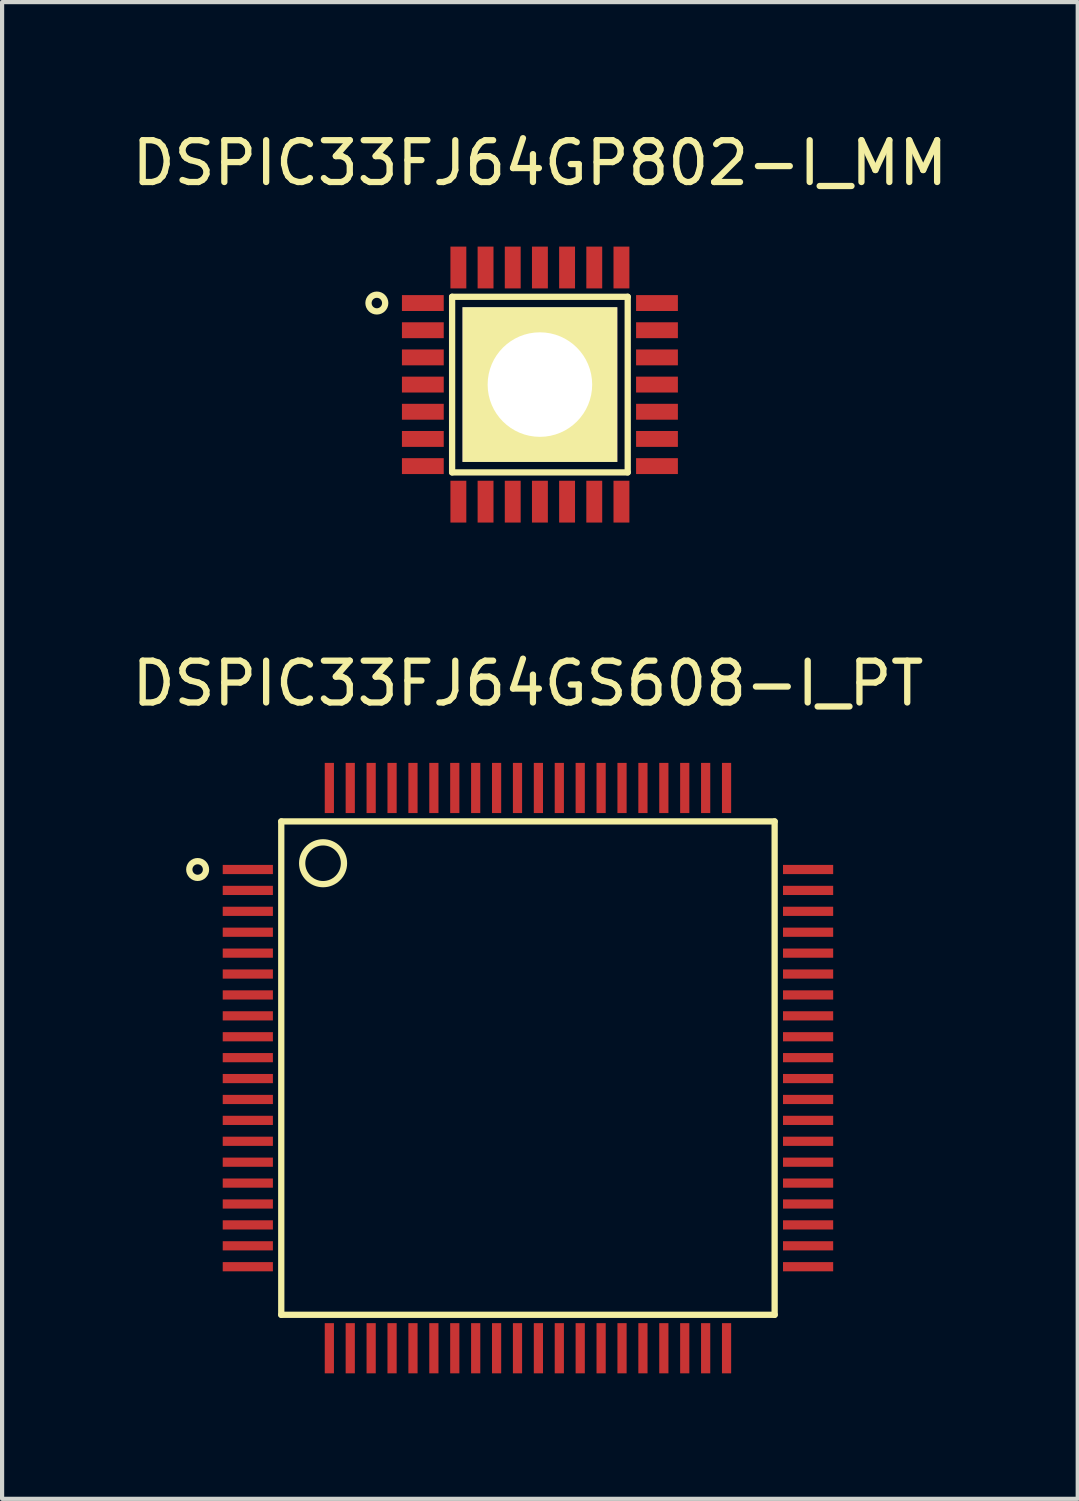
<source format=kicad_pcb>
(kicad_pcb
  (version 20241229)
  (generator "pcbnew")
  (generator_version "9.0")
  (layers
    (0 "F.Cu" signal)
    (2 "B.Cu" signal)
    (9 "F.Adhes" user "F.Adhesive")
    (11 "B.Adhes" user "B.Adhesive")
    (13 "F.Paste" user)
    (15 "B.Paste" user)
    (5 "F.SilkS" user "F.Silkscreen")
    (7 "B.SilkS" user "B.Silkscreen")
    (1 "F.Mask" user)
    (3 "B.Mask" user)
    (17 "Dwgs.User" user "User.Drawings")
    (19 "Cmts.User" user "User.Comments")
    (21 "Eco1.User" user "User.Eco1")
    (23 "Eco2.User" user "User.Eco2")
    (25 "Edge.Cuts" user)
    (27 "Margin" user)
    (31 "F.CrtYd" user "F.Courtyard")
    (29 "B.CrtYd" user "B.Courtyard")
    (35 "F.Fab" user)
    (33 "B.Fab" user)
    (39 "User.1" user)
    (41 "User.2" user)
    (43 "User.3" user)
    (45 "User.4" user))
  (footprint "DSPIC33FJ64GS608-I_PT"
    (layer "F.Cu")
    (at 2.877 15.796)
    (property "Reference" "DSPIC33FJ64GS608-I_PT" (at 6.7 -2.5 0) (layer "F.SilkS") (effects (font (size 1 1) (thickness 0.15))))
    (attr through_hole)
    (fp_line (start 0.8 0.8) (end 0.8 12.6) (stroke (width 0.15) (type solid)) (layer "F.SilkS"))
    (fp_line (start 0.8 0.8) (end 12.6 0.8) (stroke (width 0.15) (type solid)) (layer "F.SilkS"))
    (fp_line (start 0.8 12.6) (end 12.6 12.6) (stroke (width 0.15) (type solid)) (layer "F.SilkS"))
    (fp_line (start 12.6 12.6) (end 12.6 0.8) (stroke (width 0.15) (type solid)) (layer "F.SilkS"))
    (fp_circle (center -1.2 1.95) (end -1.2 1.75) (stroke (width 0.15) (type solid)) (fill no) (layer "F.SilkS"))
    (fp_circle (center 1.8 1.8) (end 1.8 1.3) (stroke (width 0.15) (type solid)) (fill no) (layer "F.SilkS"))
    (pad "1" smd rect (at 0 1.95) (size 1.2 0.22) (layers "F.Cu" "F.Mask" "F.Paste"))
    (pad "2" smd rect (at 0 2.45) (size 1.2 0.22) (layers "F.Cu" "F.Mask" "F.Paste"))
    (pad "3" smd rect (at 0 2.95) (size 1.2 0.22) (layers "F.Cu" "F.Mask" "F.Paste"))
    (pad "4" smd rect (at 0 3.45) (size 1.2 0.22) (layers "F.Cu" "F.Mask" "F.Paste"))
    (pad "5" smd rect (at 0 3.95) (size 1.2 0.22) (layers "F.Cu" "F.Mask" "F.Paste"))
    (pad "6" smd rect (at 0 4.45) (size 1.2 0.22) (layers "F.Cu" "F.Mask" "F.Paste"))
    (pad "7" smd rect (at 0 4.95) (size 1.2 0.22) (layers "F.Cu" "F.Mask" "F.Paste"))
    (pad "8" smd rect (at 0 5.45) (size 1.2 0.22) (layers "F.Cu" "F.Mask" "F.Paste"))
    (pad "9" smd rect (at 0 5.95) (size 1.2 0.22) (layers "F.Cu" "F.Mask" "F.Paste"))
    (pad "10" smd rect (at 0 6.45) (size 1.2 0.22) (layers "F.Cu" "F.Mask" "F.Paste"))
    (pad "11" smd rect (at 0 6.95) (size 1.2 0.22) (layers "F.Cu" "F.Mask" "F.Paste"))
    (pad "12" smd rect (at 0 7.45) (size 1.2 0.22) (layers "F.Cu" "F.Mask" "F.Paste"))
    (pad "13" smd rect (at 0 7.95) (size 1.2 0.22) (layers "F.Cu" "F.Mask" "F.Paste"))
    (pad "14" smd rect (at 0 8.45) (size 1.2 0.22) (layers "F.Cu" "F.Mask" "F.Paste"))
    (pad "15" smd rect (at 0 8.95) (size 1.2 0.22) (layers "F.Cu" "F.Mask" "F.Paste"))
    (pad "16" smd rect (at 0 9.45) (size 1.2 0.22) (layers "F.Cu" "F.Mask" "F.Paste"))
    (pad "17" smd rect (at 0 9.95) (size 1.2 0.22) (layers "F.Cu" "F.Mask" "F.Paste"))
    (pad "18" smd rect (at 0 10.45) (size 1.2 0.22) (layers "F.Cu" "F.Mask" "F.Paste"))
    (pad "19" smd rect (at 0 10.95) (size 1.2 0.22) (layers "F.Cu" "F.Mask" "F.Paste"))
    (pad "20" smd rect (at 0 11.45) (size 1.2 0.22) (layers "F.Cu" "F.Mask" "F.Paste"))
    (pad "21" smd rect (at 1.95 13.4) (size 0.22 1.2) (layers "F.Cu" "F.Mask" "F.Paste"))
    (pad "22" smd rect (at 2.45 13.4) (size 0.22 1.2) (layers "F.Cu" "F.Mask" "F.Paste"))
    (pad "23" smd rect (at 2.95 13.4) (size 0.22 1.2) (layers "F.Cu" "F.Mask" "F.Paste"))
    (pad "24" smd rect (at 3.45 13.4) (size 0.22 1.2) (layers "F.Cu" "F.Mask" "F.Paste"))
    (pad "25" smd rect (at 3.95 13.4) (size 0.22 1.2) (layers "F.Cu" "F.Mask" "F.Paste"))
    (pad "26" smd rect (at 4.45 13.4) (size 0.22 1.2) (layers "F.Cu" "F.Mask" "F.Paste"))
    (pad "27" smd rect (at 4.95 13.4) (size 0.22 1.2) (layers "F.Cu" "F.Mask" "F.Paste"))
    (pad "28" smd rect (at 5.45 13.4) (size 0.22 1.2) (layers "F.Cu" "F.Mask" "F.Paste"))
    (pad "29" smd rect (at 5.95 13.4) (size 0.22 1.2) (layers "F.Cu" "F.Mask" "F.Paste"))
    (pad "30" smd rect (at 6.45 13.4) (size 0.22 1.2) (layers "F.Cu" "F.Mask" "F.Paste"))
    (pad "31" smd rect (at 6.95 13.4) (size 0.22 1.2) (layers "F.Cu" "F.Mask" "F.Paste"))
    (pad "32" smd rect (at 7.45 13.4) (size 0.22 1.2) (layers "F.Cu" "F.Mask" "F.Paste"))
    (pad "33" smd rect (at 7.95 13.4) (size 0.22 1.2) (layers "F.Cu" "F.Mask" "F.Paste"))
    (pad "34" smd rect (at 8.45 13.4) (size 0.22 1.2) (layers "F.Cu" "F.Mask" "F.Paste"))
    (pad "35" smd rect (at 8.95 13.4) (size 0.22 1.2) (layers "F.Cu" "F.Mask" "F.Paste"))
    (pad "36" smd rect (at 9.45 13.4) (size 0.22 1.2) (layers "F.Cu" "F.Mask" "F.Paste"))
    (pad "37" smd rect (at 9.95 13.4) (size 0.22 1.2) (layers "F.Cu" "F.Mask" "F.Paste"))
    (pad "38" smd rect (at 10.45 13.4) (size 0.22 1.2) (layers "F.Cu" "F.Mask" "F.Paste"))
    (pad "39" smd rect (at 10.95 13.4) (size 0.22 1.2) (layers "F.Cu" "F.Mask" "F.Paste"))
    (pad "40" smd rect (at 11.45 13.4) (size 0.22 1.2) (layers "F.Cu" "F.Mask" "F.Paste"))
    (pad "41" smd rect (at 13.4 11.45) (size 1.2 0.22) (layers "F.Cu" "F.Mask" "F.Paste"))
    (pad "42" smd rect (at 13.4 10.95) (size 1.2 0.22) (layers "F.Cu" "F.Mask" "F.Paste"))
    (pad "43" smd rect (at 13.4 10.45) (size 1.2 0.22) (layers "F.Cu" "F.Mask" "F.Paste"))
    (pad "44" smd rect (at 13.4 9.95) (size 1.2 0.22) (layers "F.Cu" "F.Mask" "F.Paste"))
    (pad "45" smd rect (at 13.4 9.45) (size 1.2 0.22) (layers "F.Cu" "F.Mask" "F.Paste"))
    (pad "46" smd rect (at 13.4 8.95) (size 1.2 0.22) (layers "F.Cu" "F.Mask" "F.Paste"))
    (pad "47" smd rect (at 13.4 8.45) (size 1.2 0.22) (layers "F.Cu" "F.Mask" "F.Paste"))
    (pad "48" smd rect (at 13.4 7.95) (size 1.2 0.22) (layers "F.Cu" "F.Mask" "F.Paste"))
    (pad "49" smd rect (at 13.4 7.45) (size 1.2 0.22) (layers "F.Cu" "F.Mask" "F.Paste"))
    (pad "50" smd rect (at 13.4 6.95) (size 1.2 0.22) (layers "F.Cu" "F.Mask" "F.Paste"))
    (pad "51" smd rect (at 13.4 6.45) (size 1.2 0.22) (layers "F.Cu" "F.Mask" "F.Paste"))
    (pad "52" smd rect (at 13.4 5.95) (size 1.2 0.22) (layers "F.Cu" "F.Mask" "F.Paste"))
    (pad "53" smd rect (at 13.4 5.45) (size 1.2 0.22) (layers "F.Cu" "F.Mask" "F.Paste"))
    (pad "54" smd rect (at 13.4 4.95) (size 1.2 0.22) (layers "F.Cu" "F.Mask" "F.Paste"))
    (pad "55" smd rect (at 13.4 4.45) (size 1.2 0.22) (layers "F.Cu" "F.Mask" "F.Paste"))
    (pad "56" smd rect (at 13.4 3.95) (size 1.2 0.22) (layers "F.Cu" "F.Mask" "F.Paste"))
    (pad "57" smd rect (at 13.4 3.45) (size 1.2 0.22) (layers "F.Cu" "F.Mask" "F.Paste"))
    (pad "58" smd rect (at 13.4 2.95) (size 1.2 0.22) (layers "F.Cu" "F.Mask" "F.Paste"))
    (pad "59" smd rect (at 13.4 2.45) (size 1.2 0.22) (layers "F.Cu" "F.Mask" "F.Paste"))
    (pad "60" smd rect (at 13.4 1.95) (size 1.2 0.22) (layers "F.Cu" "F.Mask" "F.Paste"))
    (pad "61" smd rect (at 11.45 0) (size 0.22 1.2) (layers "F.Cu" "F.Mask" "F.Paste"))
    (pad "62" smd rect (at 10.95 0) (size 0.22 1.2) (layers "F.Cu" "F.Mask" "F.Paste"))
    (pad "63" smd rect (at 10.45 0) (size 0.22 1.2) (layers "F.Cu" "F.Mask" "F.Paste"))
    (pad "64" smd rect (at 9.95 0) (size 0.22 1.2) (layers "F.Cu" "F.Mask" "F.Paste"))
    (pad "65" smd rect (at 9.45 0) (size 0.22 1.2) (layers "F.Cu" "F.Mask" "F.Paste"))
    (pad "66" smd rect (at 8.95 0) (size 0.22 1.2) (layers "F.Cu" "F.Mask" "F.Paste"))
    (pad "67" smd rect (at 8.45 0) (size 0.22 1.2) (layers "F.Cu" "F.Mask" "F.Paste"))
    (pad "68" smd rect (at 7.95 0) (size 0.22 1.2) (layers "F.Cu" "F.Mask" "F.Paste"))
    (pad "69" smd rect (at 7.45 0) (size 0.22 1.2) (layers "F.Cu" "F.Mask" "F.Paste"))
    (pad "70" smd rect (at 6.95 0) (size 0.22 1.2) (layers "F.Cu" "F.Mask" "F.Paste"))
    (pad "71" smd rect (at 6.45 0) (size 0.22 1.2) (layers "F.Cu" "F.Mask" "F.Paste"))
    (pad "72" smd rect (at 5.95 0) (size 0.22 1.2) (layers "F.Cu" "F.Mask" "F.Paste"))
    (pad "73" smd rect (at 5.45 0) (size 0.22 1.2) (layers "F.Cu" "F.Mask" "F.Paste"))
    (pad "74" smd rect (at 4.95 0) (size 0.22 1.2) (layers "F.Cu" "F.Mask" "F.Paste"))
    (pad "75" smd rect (at 4.45 0) (size 0.22 1.2) (layers "F.Cu" "F.Mask" "F.Paste"))
    (pad "76" smd rect (at 3.95 0) (size 0.22 1.2) (layers "F.Cu" "F.Mask" "F.Paste"))
    (pad "77" smd rect (at 3.45 0) (size 0.22 1.2) (layers "F.Cu" "F.Mask" "F.Paste"))
    (pad "78" smd rect (at 2.95 0) (size 0.22 1.2) (layers "F.Cu" "F.Mask" "F.Paste"))
    (pad "79" smd rect (at 2.45 0) (size 0.22 1.2) (layers "F.Cu" "F.Mask" "F.Paste"))
    (pad "80" smd rect (at 1.95 0) (size 0.22 1.2) (layers "F.Cu" "F.Mask" "F.Paste")))
  (footprint "DSPIC33FJ64GP802-I_MM"
    (layer "F.Cu")
    (at 7.063 3.348)
    (property "Reference" "DSPIC33FJ64GP802-I_MM" (at 2.8 -2.5 0) (layer "F.SilkS") (effects (font (size 1 1) (thickness 0.15))))
    (attr through_hole)
    (fp_line (start 0.7 0.7) (end 0.7 4.9) (stroke (width 0.15) (type solid)) (layer "F.SilkS"))
    (fp_line (start 0.7 0.7) (end 4.9 0.7) (stroke (width 0.15) (type solid)) (layer "F.SilkS"))
    (fp_line (start 0.7 4.9) (end 4.9 4.9) (stroke (width 0.15) (type solid)) (layer "F.SilkS"))
    (fp_line (start 4.9 4.9) (end 4.9 0.7) (stroke (width 0.15) (type solid)) (layer "F.SilkS"))
    (fp_circle (center -1.1 0.85) (end -1.1 0.65) (stroke (width 0.15) (type solid)) (fill no) (layer "F.SilkS"))
    (fp_circle (center 1.7 1.7) (end 1.7 1.2) (stroke (width 0.15) (type solid)) (fill no) (layer "F.SilkS"))
    (pad "1" smd rect (at 0 0.85) (size 1 0.38) (layers "F.Cu" "F.Mask" "F.Paste"))
    (pad "2" smd rect (at 0 1.5) (size 1 0.38) (layers "F.Cu" "F.Mask" "F.Paste"))
    (pad "3" smd rect (at 0 2.15) (size 1 0.38) (layers "F.Cu" "F.Mask" "F.Paste"))
    (pad "4" smd rect (at 0 2.8) (size 1 0.38) (layers "F.Cu" "F.Mask" "F.Paste"))
    (pad "5" smd rect (at 0 3.45) (size 1 0.38) (layers "F.Cu" "F.Mask" "F.Paste"))
    (pad "6" smd rect (at 0 4.1) (size 1 0.38) (layers "F.Cu" "F.Mask" "F.Paste"))
    (pad "7" smd rect (at 0 4.75) (size 1 0.38) (layers "F.Cu" "F.Mask" "F.Paste"))
    (pad "8" smd rect (at 0.85 5.6) (size 0.38 1) (layers "F.Cu" "F.Mask" "F.Paste"))
    (pad "9" smd rect (at 1.5 5.6) (size 0.38 1) (layers "F.Cu" "F.Mask" "F.Paste"))
    (pad "10" smd rect (at 2.15 5.6) (size 0.38 1) (layers "F.Cu" "F.Mask" "F.Paste"))
    (pad "11" smd rect (at 2.8 5.6) (size 0.38 1) (layers "F.Cu" "F.Mask" "F.Paste"))
    (pad "12" smd rect (at 3.45 5.6) (size 0.38 1) (layers "F.Cu" "F.Mask" "F.Paste"))
    (pad "13" smd rect (at 4.1 5.6) (size 0.38 1) (layers "F.Cu" "F.Mask" "F.Paste"))
    (pad "14" smd rect (at 4.75 5.6) (size 0.38 1) (layers "F.Cu" "F.Mask" "F.Paste"))
    (pad "15" smd rect (at 5.6 4.75) (size 1 0.38) (layers "F.Cu" "F.Mask" "F.Paste"))
    (pad "16" smd rect (at 5.6 4.1) (size 1 0.38) (layers "F.Cu" "F.Mask" "F.Paste"))
    (pad "17" smd rect (at 5.6 3.45) (size 1 0.38) (layers "F.Cu" "F.Mask" "F.Paste"))
    (pad "18" smd rect (at 5.6 2.8) (size 1 0.38) (layers "F.Cu" "F.Mask" "F.Paste"))
    (pad "19" smd rect (at 5.6 2.15) (size 1 0.38) (layers "F.Cu" "F.Mask" "F.Paste"))
    (pad "20" smd rect (at 5.6 1.5) (size 1 0.38) (layers "F.Cu" "F.Mask" "F.Paste"))
    (pad "21" smd rect (at 5.6 0.85) (size 1 0.38) (layers "F.Cu" "F.Mask" "F.Paste"))
    (pad "22" smd rect (at 4.75 0) (size 0.38 1) (layers "F.Cu" "F.Mask" "F.Paste"))
    (pad "23" smd rect (at 4.1 0) (size 0.38 1) (layers "F.Cu" "F.Mask" "F.Paste"))
    (pad "24" smd rect (at 3.45 0) (size 0.38 1) (layers "F.Cu" "F.Mask" "F.Paste"))
    (pad "25" smd rect (at 2.8 0) (size 0.38 1) (layers "F.Cu" "F.Mask" "F.Paste"))
    (pad "26" smd rect (at 2.15 0) (size 0.38 1) (layers "F.Cu" "F.Mask" "F.Paste"))
    (pad "27" smd rect (at 1.5 0) (size 0.38 1) (layers "F.Cu" "F.Mask" "F.Paste"))
    (pad "28" smd rect (at 0.85 0) (size 0.38 1) (layers "F.Cu" "F.Mask" "F.Paste"))
    (pad "999" thru_hole rect (at 2.8 2.8) (size 3.7 3.7) (drill 2.5) (layers "*.Cu" "*.Mask" "F.SilkS")))
  (gr_rect
    (start -3 -3)
    (end 22.726 32.797)
    (stroke (width 0.1) (type default))
    (fill no)
    (layer "Edge.Cuts")))
</source>
